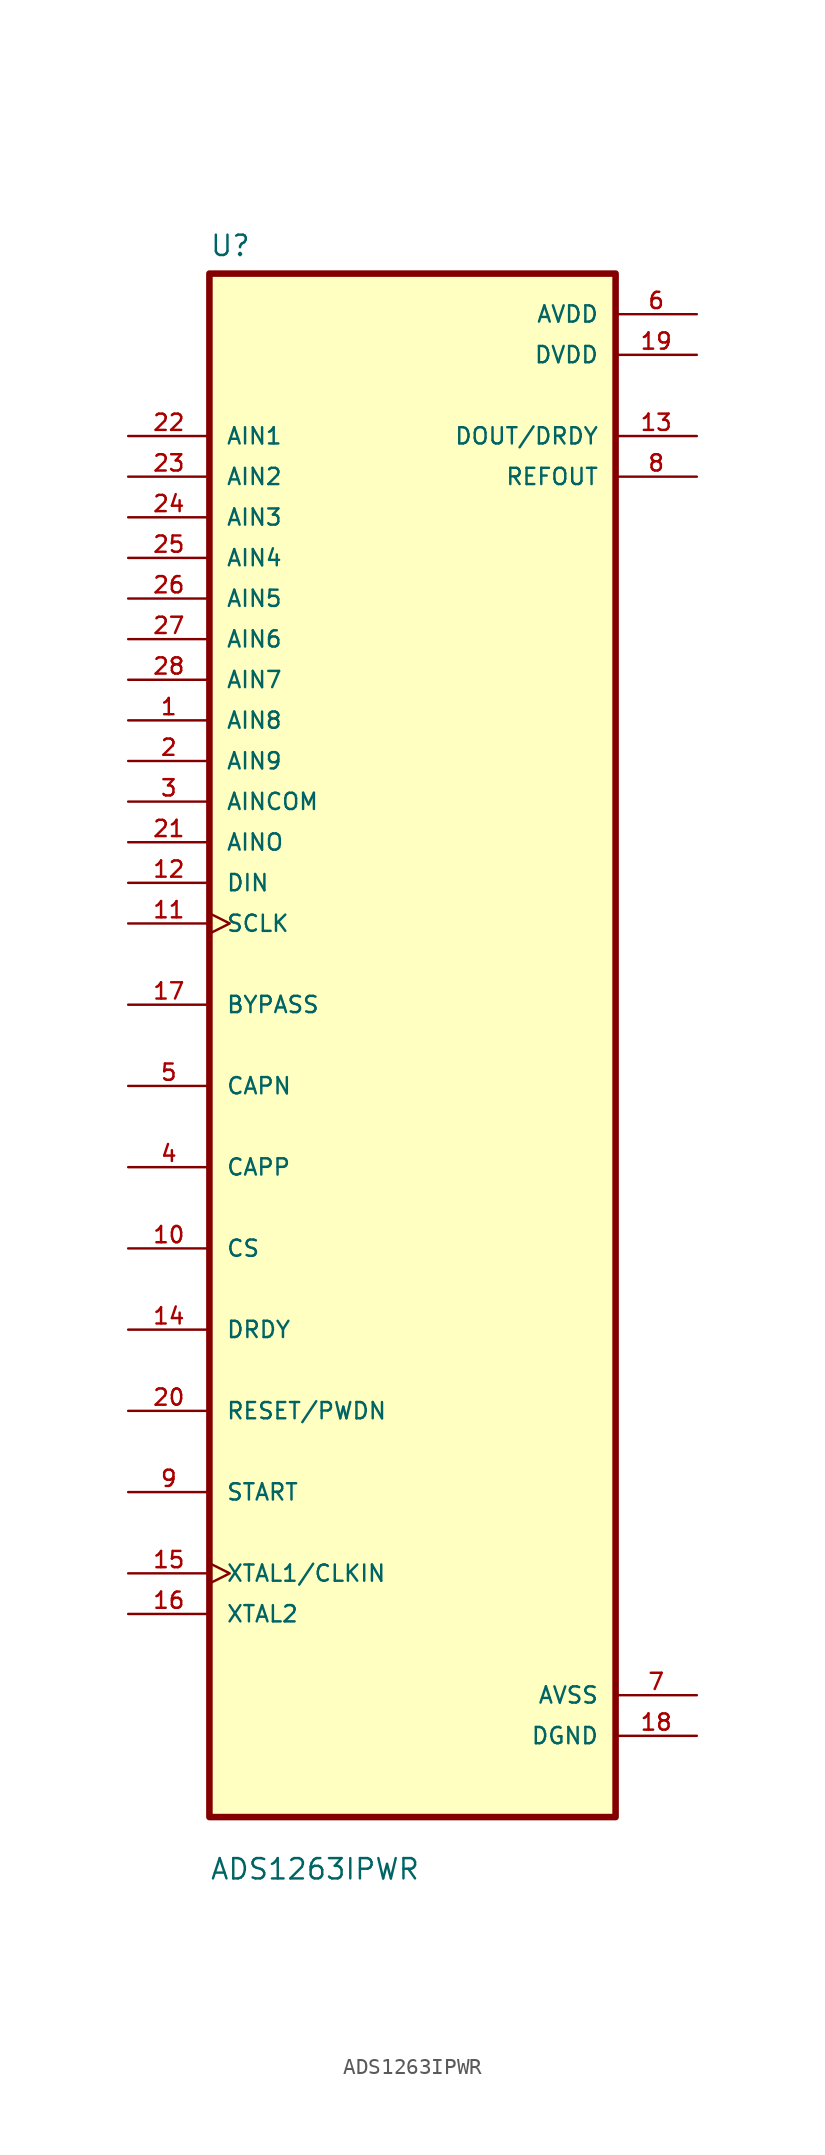
<source format=kicad_sym>
(kicad_symbol_lib
  (version 20211014)
  (generator kicad_symbol_editor)
  (symbol "ADS1263IPWR"
    (pin_names
      (offset 1.016))
    (property "Reference" "U"
      (at -12.7 49.26 0.0)
      (effects (font (size 1.27 1.27)) (justify bottom left)))
    (property "Value" "ADS1263IPWR"
      (at -12.7 -52.26 0.0)
      (effects (font (size 1.27 1.27)) (justify bottom left)))
    (symbol "ADS1263IPWR_0_0"
      (rectangle (start -12.7 -48.26) (end 12.7 48.26) (stroke (width 0.41)) (fill (type background)))
      (pin input line (at -17.78 38.1 0) (length 5.08) (name "AIN1" (effects (font (size 1.016 1.016)))) (number "22" (effects (font (size 1.016 1.016)))))
      (pin input line (at -17.78 35.56 0) (length 5.08) (name "AIN2" (effects (font (size 1.016 1.016)))) (number "23" (effects (font (size 1.016 1.016)))))
      (pin input line (at -17.78 33.02 0) (length 5.08) (name "AIN3" (effects (font (size 1.016 1.016)))) (number "24" (effects (font (size 1.016 1.016)))))
      (pin input line (at -17.78 30.48 0) (length 5.08) (name "AIN4" (effects (font (size 1.016 1.016)))) (number "25" (effects (font (size 1.016 1.016)))))
      (pin input line (at -17.78 27.94 0) (length 5.08) (name "AIN5" (effects (font (size 1.016 1.016)))) (number "26" (effects (font (size 1.016 1.016)))))
      (pin input line (at -17.78 25.4 0) (length 5.08) (name "AIN6" (effects (font (size 1.016 1.016)))) (number "27" (effects (font (size 1.016 1.016)))))
      (pin input line (at -17.78 22.86 0) (length 5.08) (name "AIN7" (effects (font (size 1.016 1.016)))) (number "28" (effects (font (size 1.016 1.016)))))
      (pin input line (at -17.78 20.32 0) (length 5.08) (name "AIN8" (effects (font (size 1.016 1.016)))) (number "1" (effects (font (size 1.016 1.016)))))
      (pin input line (at -17.78 17.78 0) (length 5.08) (name "AIN9" (effects (font (size 1.016 1.016)))) (number "2" (effects (font (size 1.016 1.016)))))
      (pin input line (at -17.78 15.24 0) (length 5.08) (name "AINCOM" (effects (font (size 1.016 1.016)))) (number "3" (effects (font (size 1.016 1.016)))))
      (pin input line (at -17.78 12.7 0) (length 5.08) (name "AINO" (effects (font (size 1.016 1.016)))) (number "21" (effects (font (size 1.016 1.016)))))
      (pin input line (at -17.78 10.16 0) (length 5.08) (name "DIN" (effects (font (size 1.016 1.016)))) (number "12" (effects (font (size 1.016 1.016)))))
      (pin input clock (at -17.78 7.62 0) (length 5.08) (name "SCLK" (effects (font (size 1.016 1.016)))) (number "11" (effects (font (size 1.016 1.016)))))
      (pin bidirectional line (at -17.78 2.54 0) (length 5.08) (name "BYPASS" (effects (font (size 1.016 1.016)))) (number "17" (effects (font (size 1.016 1.016)))))
      (pin bidirectional line (at -17.78 -2.54 0) (length 5.08) (name "CAPN" (effects (font (size 1.016 1.016)))) (number "5" (effects (font (size 1.016 1.016)))))
      (pin bidirectional line (at -17.78 -7.62 0) (length 5.08) (name "CAPP" (effects (font (size 1.016 1.016)))) (number "4" (effects (font (size 1.016 1.016)))))
      (pin bidirectional line (at -17.78 -12.7 0) (length 5.08) (name "CS" (effects (font (size 1.016 1.016)))) (number "10" (effects (font (size 1.016 1.016)))))
      (pin bidirectional line (at -17.78 -17.78 0) (length 5.08) (name "DRDY" (effects (font (size 1.016 1.016)))) (number "14" (effects (font (size 1.016 1.016)))))
      (pin bidirectional line (at -17.78 -22.86 0) (length 5.08) (name "RESET/PWDN" (effects (font (size 1.016 1.016)))) (number "20" (effects (font (size 1.016 1.016)))))
      (pin bidirectional line (at -17.78 -27.94 0) (length 5.08) (name "START" (effects (font (size 1.016 1.016)))) (number "9" (effects (font (size 1.016 1.016)))))
      (pin bidirectional clock (at -17.78 -33.02 0) (length 5.08) (name "XTAL1/CLKIN" (effects (font (size 1.016 1.016)))) (number "15" (effects (font (size 1.016 1.016)))))
      (pin bidirectional line (at -17.78 -35.56 0) (length 5.08) (name "XTAL2" (effects (font (size 1.016 1.016)))) (number "16" (effects (font (size 1.016 1.016)))))
      (pin power_in line (at 17.78 45.72 180.0) (length 5.08) (name "AVDD" (effects (font (size 1.016 1.016)))) (number "6" (effects (font (size 1.016 1.016)))))
      (pin power_in line (at 17.78 43.18 180.0) (length 5.08) (name "DVDD" (effects (font (size 1.016 1.016)))) (number "19" (effects (font (size 1.016 1.016)))))
      (pin output line (at 17.78 38.1 180.0) (length 5.08) (name "DOUT/DRDY" (effects (font (size 1.016 1.016)))) (number "13" (effects (font (size 1.016 1.016)))))
      (pin output line (at 17.78 35.56 180.0) (length 5.08) (name "REFOUT" (effects (font (size 1.016 1.016)))) (number "8" (effects (font (size 1.016 1.016)))))
      (pin power_in line (at 17.78 -40.64 180.0) (length 5.08) (name "AVSS" (effects (font (size 1.016 1.016)))) (number "7" (effects (font (size 1.016 1.016)))))
      (pin power_in line (at 17.78 -43.18 180.0) (length 5.08) (name "DGND" (effects (font (size 1.016 1.016)))) (number "18" (effects (font (size 1.016 1.016))))))))
</source>
